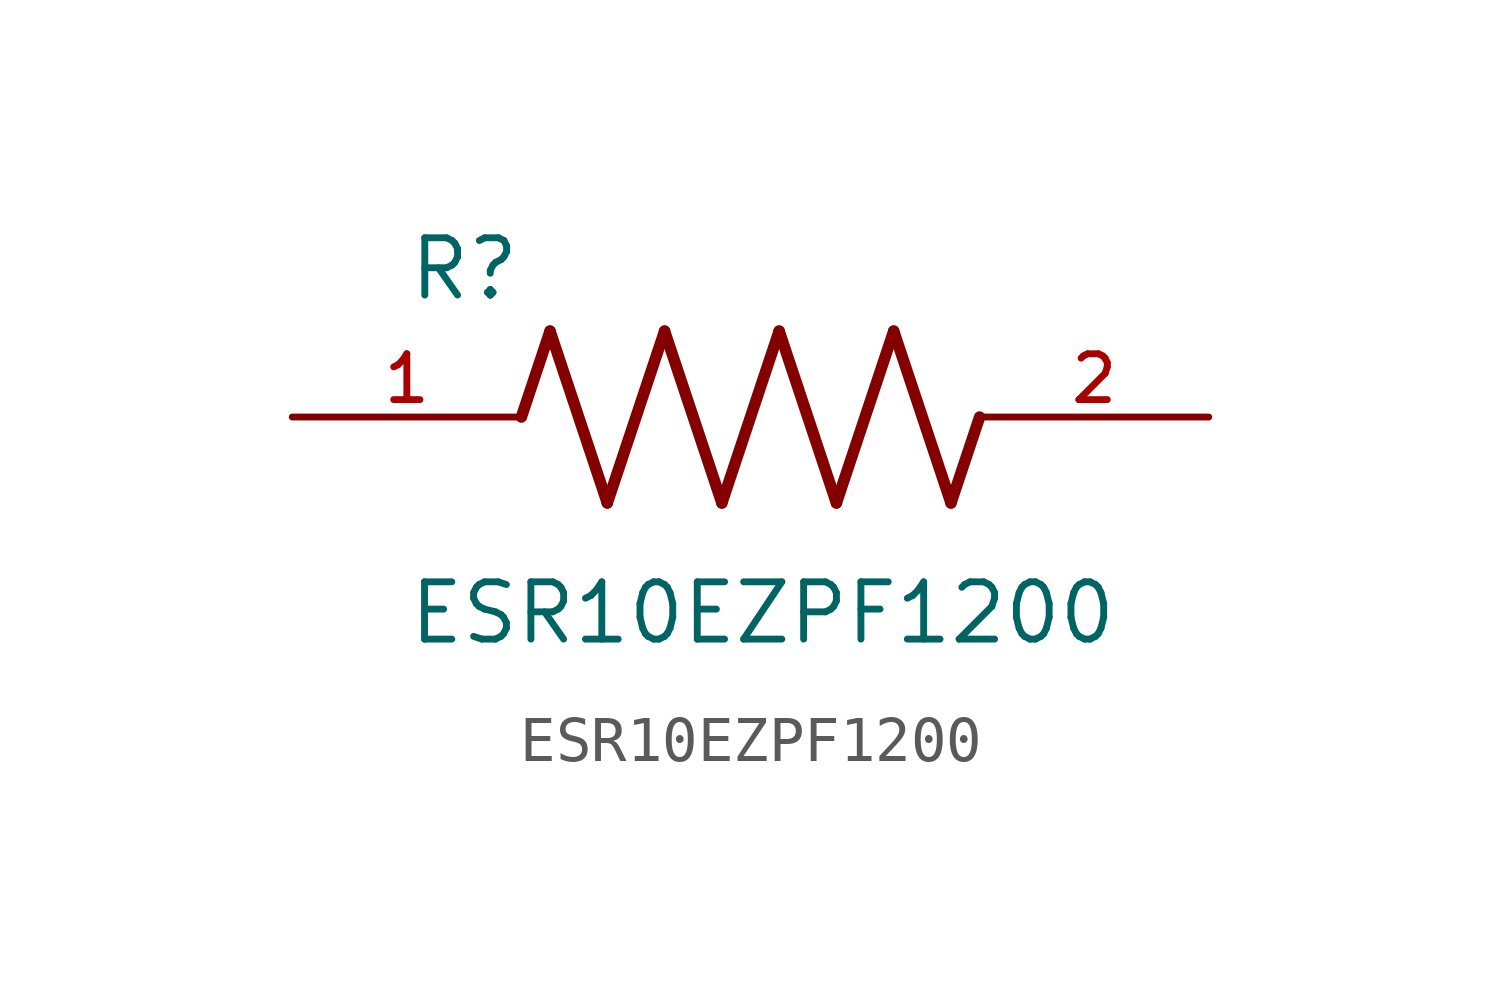
<source format=kicad_sym>
(kicad_symbol_lib
  (version 20211014)
  (generator kicad_symbol_editor)
  (symbol "ESR10EZPF1200"
    (pin_names
      (offset 1.016))
    (property "Reference" "R"
      (at -7.624 2.541 0)
      (effects (font (size 1.27 1.27)) (justify bottom left)))
    (property "Value" "ESR10EZPF1200"
      (at -7.63 -5.087 0)
      (effects (font (size 1.27 1.27)) (justify bottom left)))
    (symbol "ESR10EZPF1200_0_0"
      (polyline (pts (xy -5.08 0.0) (xy -4.445 1.905)) (stroke (width 0.254)))
      (polyline (pts (xy -4.445 1.905) (xy -3.175 -1.905)) (stroke (width 0.254)))
      (polyline (pts (xy -3.175 -1.905) (xy -1.905 1.905)) (stroke (width 0.254)))
      (polyline (pts (xy -1.905 1.905) (xy -0.635 -1.905)) (stroke (width 0.254)))
      (polyline (pts (xy -0.635 -1.905) (xy 0.635 1.905)) (stroke (width 0.254)))
      (polyline (pts (xy 0.635 1.905) (xy 1.905 -1.905)) (stroke (width 0.254)))
      (polyline (pts (xy 1.905 -1.905) (xy 3.175 1.905)) (stroke (width 0.254)))
      (polyline (pts (xy 3.175 1.905) (xy 4.445 -1.905)) (stroke (width 0.254)))
      (polyline (pts (xy 4.445 -1.905) (xy 5.08 0.0)) (stroke (width 0.254)))
      (pin passive line (at -10.16 0.0 0) (length 5.08) (name "~" (effects (font (size 1.016 1.016)))) (number "1" (effects (font (size 1.016 1.016)))))
      (pin passive line (at 10.16 0.0 180.0) (length 5.08) (name "~" (effects (font (size 1.016 1.016)))) (number "2" (effects (font (size 1.016 1.016))))))))
</source>
